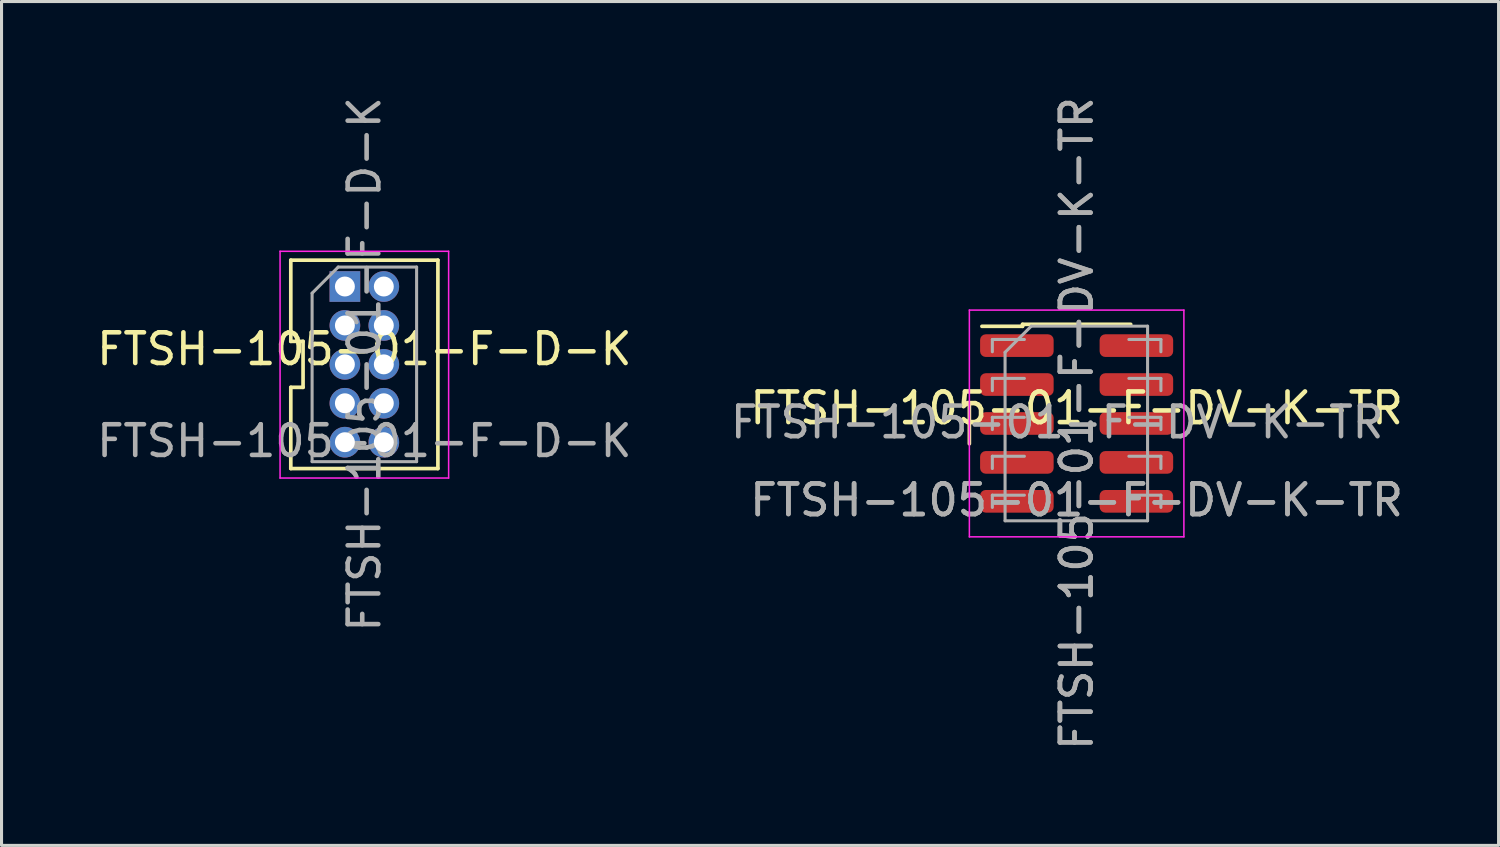
<source format=kicad_pcb>
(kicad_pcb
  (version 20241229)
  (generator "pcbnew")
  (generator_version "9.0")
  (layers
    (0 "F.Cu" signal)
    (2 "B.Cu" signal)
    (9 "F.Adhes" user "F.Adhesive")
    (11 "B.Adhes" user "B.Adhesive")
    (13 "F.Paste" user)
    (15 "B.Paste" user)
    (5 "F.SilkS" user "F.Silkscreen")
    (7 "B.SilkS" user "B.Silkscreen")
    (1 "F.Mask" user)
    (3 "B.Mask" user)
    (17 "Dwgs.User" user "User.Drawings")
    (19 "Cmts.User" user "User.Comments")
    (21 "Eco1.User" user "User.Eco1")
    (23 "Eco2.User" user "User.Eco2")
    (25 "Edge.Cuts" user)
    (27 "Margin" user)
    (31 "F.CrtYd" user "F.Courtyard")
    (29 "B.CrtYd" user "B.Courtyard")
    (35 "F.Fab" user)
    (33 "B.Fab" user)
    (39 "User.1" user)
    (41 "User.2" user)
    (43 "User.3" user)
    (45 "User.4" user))
  (footprint "FTSH-105-01-F-D-K"
    (layer "F.Cu")
    (at 8.839 8.839)
    (property "Reference" "FTSH-105-01-F-D-K" (at 0 -0.5 0) (unlocked yes) (layer "F.SilkS") (effects (font (size 1 1) (thickness 0.15))))
    (attr through_hole)
    (fp_line (start -2.4 -3.4) (end -2.4 -0.75) (stroke (width 0.12) (type solid)) (layer "F.SilkS"))
    (fp_line (start -2.4 -3.4) (end 2.4 -3.4) (stroke (width 0.12) (type solid)) (layer "F.SilkS"))
    (fp_line (start -2.4 0.75) (end -2.4 3.4) (stroke (width 0.12) (type solid)) (layer "F.SilkS"))
    (fp_line (start -2.4 3.4) (end 2.4 3.4) (stroke (width 0.12) (type solid)) (layer "F.SilkS"))
    (fp_line (start -2 -0.75) (end -2.4 -0.75) (stroke (width 0.12) (type solid)) (layer "F.SilkS"))
    (fp_line (start -2 -0.75) (end -2 0.75) (stroke (width 0.12) (type solid)) (layer "F.SilkS"))
    (fp_line (start -2 0.75) (end -2.4 0.75) (stroke (width 0.12) (type solid)) (layer "F.SilkS"))
    (fp_line (start 2.4 -3.4) (end 2.4 3.4) (stroke (width 0.12) (type solid)) (layer "F.SilkS"))
    (fp_line (start -2.75 -3.69) (end -2.75 3.71) (stroke (width 0.05) (type solid)) (layer "F.CrtYd"))
    (fp_line (start -2.75 3.71) (end 2.75 3.71) (stroke (width 0.05) (type solid)) (layer "F.CrtYd"))
    (fp_line (start 2.75 -3.69) (end -2.75 -3.69) (stroke (width 0.05) (type solid)) (layer "F.CrtYd"))
    (fp_line (start 2.75 3.71) (end 2.75 -3.69) (stroke (width 0.05) (type solid)) (layer "F.CrtYd"))
    (fp_line (start -1.705 -2.322) (end -0.853 -3.175) (stroke (width 0.1) (type solid)) (layer "F.Fab"))
    (fp_line (start -1.705 3.175) (end -1.705 -2.322) (stroke (width 0.1) (type solid)) (layer "F.Fab"))
    (fp_line (start -0.853 -3.175) (end 1.705 -3.175) (stroke (width 0.1) (type solid)) (layer "F.Fab"))
    (fp_line (start 1.705 -3.175) (end 1.705 3.175) (stroke (width 0.1) (type solid)) (layer "F.Fab"))
    (fp_line (start 1.705 3.175) (end -1.705 3.175) (stroke (width 0.1) (type solid)) (layer "F.Fab"))
    (fp_text user "${REFERENCE}" (at 0 0 90) (layer "F.Fab") (effects (font (size 1 1) (thickness 0.15))))
    (fp_text user "${REFERENCE}" (at 0 2.5 0) (unlocked yes) (layer "F.Fab") (effects (font (size 1 1) (thickness 0.15))))
    (pad "1" thru_hole rect (at -0.635 -2.54) (size 1 1) (drill 0.65) (layers "*.Cu" "*.Mask"))
    (pad "2" thru_hole oval (at 0.635 -2.54) (size 1 1) (drill 0.65) (layers "*.Cu" "*.Mask"))
    (pad "3" thru_hole oval (at -0.635 -1.27) (size 1 1) (drill 0.65) (layers "*.Cu" "*.Mask"))
    (pad "4" thru_hole oval (at 0.635 -1.27) (size 1 1) (drill 0.65) (layers "*.Cu" "*.Mask"))
    (pad "5" thru_hole oval (at -0.635 0) (size 1 1) (drill 0.65) (layers "*.Cu" "*.Mask"))
    (pad "6" thru_hole oval (at 0.635 0) (size 1 1) (drill 0.65) (layers "*.Cu" "*.Mask"))
    (pad "7" thru_hole oval (at -0.635 1.27) (size 1 1) (drill 0.65) (layers "*.Cu" "*.Mask"))
    (pad "8" thru_hole oval (at 0.635 1.27) (size 1 1) (drill 0.65) (layers "*.Cu" "*.Mask"))
    (pad "9" thru_hole oval (at -0.635 2.54) (size 1 1) (drill 0.65) (layers "*.Cu" "*.Mask"))
    (pad "10" thru_hole oval (at 0.635 2.54) (size 1 1) (drill 0.65) (layers "*.Cu" "*.Mask")))
  (footprint "FTSH-105-01-F-DV-K-TR"
    (layer "F.Cu")
    (at 32.081 10.768)
    (property "Reference" "FTSH-105-01-F-DV-K-TR" (at 0 -0.5 0) (unlocked yes) (layer "F.SilkS") (effects (font (size 1 1) (thickness 0.15))))
    (attr smd)
    (fp_line (start -3.5 -0.662) (end -3.5 0.662) (stroke (width 0.12) (type solid)) (layer "F.SilkS"))
    (fp_line (start -3.09 -3.17) (end -1.765 -3.17) (stroke (width 0.12) (type solid)) (layer "F.SilkS"))
    (fp_line (start -1.765 -3.235) (end -1.765 -3.17) (stroke (width 0.12) (type solid)) (layer "F.SilkS"))
    (fp_line (start -1.765 -3.235) (end 1.765 -3.235) (stroke (width 0.12) (type solid)) (layer "F.SilkS"))
    (fp_line (start -3.5 -3.7) (end -3.5 3.7) (stroke (width 0.05) (type solid)) (layer "F.CrtYd"))
    (fp_line (start -3.5 3.7) (end 3.5 3.7) (stroke (width 0.05) (type solid)) (layer "F.CrtYd"))
    (fp_line (start 3.5 -3.7) (end -3.5 -3.7) (stroke (width 0.05) (type solid)) (layer "F.CrtYd"))
    (fp_line (start 3.5 3.7) (end 3.5 -3.7) (stroke (width 0.05) (type solid)) (layer "F.CrtYd"))
    (fp_line (start -2.75 -2.74) (end -2.75 -2.34) (stroke (width 0.1) (type solid)) (layer "F.Fab"))
    (fp_line (start -2.75 -1.47) (end -2.75 -1.07) (stroke (width 0.1) (type solid)) (layer "F.Fab"))
    (fp_line (start -2.75 -0.2) (end -2.75 0.2) (stroke (width 0.1) (type solid)) (layer "F.Fab"))
    (fp_line (start -2.75 1.07) (end -2.75 1.47) (stroke (width 0.1) (type solid)) (layer "F.Fab"))
    (fp_line (start -2.75 2.34) (end -2.75 2.74) (stroke (width 0.1) (type solid)) (layer "F.Fab"))
    (fp_line (start -2.335 -2.322) (end -1.482 -3.175) (stroke (width 0.1) (type solid)) (layer "F.Fab"))
    (fp_line (start -2.335 3.175) (end -2.335 -2.322) (stroke (width 0.1) (type solid)) (layer "F.Fab"))
    (fp_line (start -1.705 -2.74) (end -2.75 -2.74) (stroke (width 0.1) (type solid)) (layer "F.Fab"))
    (fp_line (start -1.705 -1.47) (end -2.75 -1.47) (stroke (width 0.1) (type solid)) (layer "F.Fab"))
    (fp_line (start -1.705 -0.2) (end -2.75 -0.2) (stroke (width 0.1) (type solid)) (layer "F.Fab"))
    (fp_line (start -1.705 1.07) (end -2.75 1.07) (stroke (width 0.1) (type solid)) (layer "F.Fab"))
    (fp_line (start -1.705 2.34) (end -2.75 2.34) (stroke (width 0.1) (type solid)) (layer "F.Fab"))
    (fp_line (start -1.482 -3.175) (end 2.315 -3.175) (stroke (width 0.1) (type solid)) (layer "F.Fab"))
    (fp_line (start 1.705 -2.74) (end 2.75 -2.74) (stroke (width 0.1) (type solid)) (layer "F.Fab"))
    (fp_line (start 1.705 -1.47) (end 2.75 -1.47) (stroke (width 0.1) (type solid)) (layer "F.Fab"))
    (fp_line (start 1.705 -0.2) (end 2.75 -0.2) (stroke (width 0.1) (type solid)) (layer "F.Fab"))
    (fp_line (start 1.705 1.07) (end 2.75 1.07) (stroke (width 0.1) (type solid)) (layer "F.Fab"))
    (fp_line (start 1.705 2.34) (end 2.75 2.34) (stroke (width 0.1) (type solid)) (layer "F.Fab"))
    (fp_line (start 2.315 -3.175) (end 2.315 3.175) (stroke (width 0.1) (type solid)) (layer "F.Fab"))
    (fp_line (start 2.315 3.175) (end -2.335 3.175) (stroke (width 0.1) (type solid)) (layer "F.Fab"))
    (fp_line (start 2.75 -2.74) (end 2.75 -2.34) (stroke (width 0.1) (type solid)) (layer "F.Fab"))
    (fp_line (start 2.75 -1.47) (end 2.75 -1.07) (stroke (width 0.1) (type solid)) (layer "F.Fab"))
    (fp_line (start 2.75 -0.2) (end 2.75 0.2) (stroke (width 0.1) (type solid)) (layer "F.Fab"))
    (fp_line (start 2.75 1.07) (end 2.75 1.47) (stroke (width 0.1) (type solid)) (layer "F.Fab"))
    (fp_line (start 2.75 2.34) (end 2.75 2.74) (stroke (width 0.1) (type solid)) (layer "F.Fab"))
    (fp_text user "${REFERENCE}" (at -0.635 -0.04 0) (unlocked yes) (layer "F.Fab") (effects (font (size 1 1) (thickness 0.15))))
    (fp_text user "${REFERENCE}" (at 0 0 90) (layer "F.Fab") (effects (font (size 1 1) (thickness 0.15))))
    (fp_text user "${REFERENCE}" (at 0 2.5 0) (unlocked yes) (layer "F.Fab") (effects (font (size 1 1) (thickness 0.15))))
    (fp_text user "${REFERENCE}" (at 0 2.5 0) (unlocked yes) (layer "F.Fab") (effects (font (size 1 1) (thickness 0.15))))
    (fp_text user "${REFERENCE}" (at 0 0 90) (layer "F.Fab") (effects (font (size 1 1) (thickness 0.15))))
    (pad "1" smd roundrect (at -1.95 -2.54) (size 2.4 0.74) (layers "F.Cu" "F.Mask" "F.Paste") (roundrect_rratio 0.25))
    (pad "2" smd roundrect (at 1.95 -2.54) (size 2.4 0.74) (layers "F.Cu" "F.Mask" "F.Paste") (roundrect_rratio 0.25))
    (pad "3" smd roundrect (at -1.95 -1.27) (size 2.4 0.74) (layers "F.Cu" "F.Mask" "F.Paste") (roundrect_rratio 0.25))
    (pad "4" smd roundrect (at 1.95 -1.27) (size 2.4 0.74) (layers "F.Cu" "F.Mask" "F.Paste") (roundrect_rratio 0.25))
    (pad "5" smd roundrect (at -1.95 0) (size 2.4 0.74) (layers "F.Cu" "F.Mask" "F.Paste") (roundrect_rratio 0.25))
    (pad "6" smd roundrect (at 1.95 0) (size 2.4 0.74) (layers "F.Cu" "F.Mask" "F.Paste") (roundrect_rratio 0.25))
    (pad "7" smd roundrect (at -1.95 1.27) (size 2.4 0.74) (layers "F.Cu" "F.Mask" "F.Paste") (roundrect_rratio 0.25))
    (pad "8" smd roundrect (at 1.95 1.27) (size 2.4 0.74) (layers "F.Cu" "F.Mask" "F.Paste") (roundrect_rratio 0.25))
    (pad "9" smd roundrect (at -1.95 2.54) (size 2.4 0.74) (layers "F.Cu" "F.Mask" "F.Paste") (roundrect_rratio 0.25))
    (pad "10" smd roundrect (at 1.95 2.54) (size 2.4 0.74) (layers "F.Cu" "F.Mask" "F.Paste") (roundrect_rratio 0.25)))
  (gr_rect
    (start -3 -3)
    (end 45.849 24.536)
    (stroke (width 0.1) (type default))
    (fill no)
    (layer "Edge.Cuts")))
</source>
